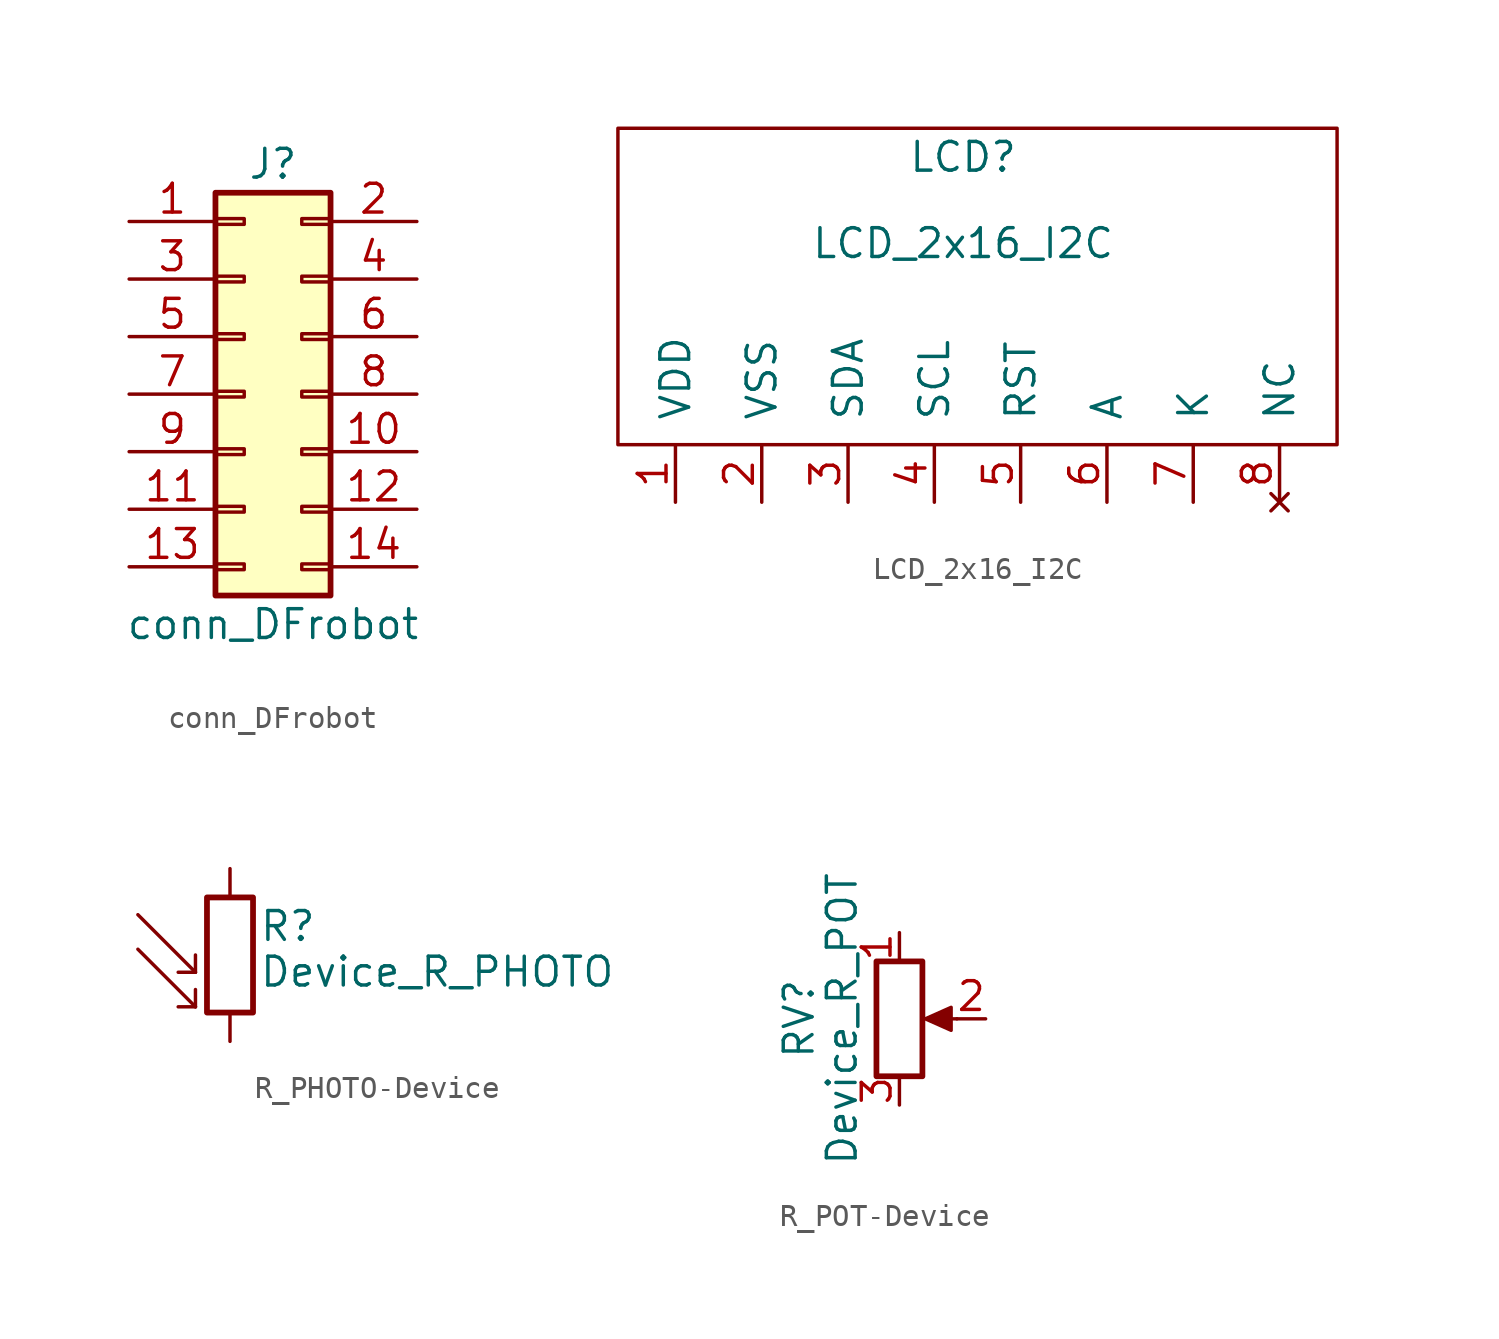
<source format=kicad_sym>
(kicad_symbol_lib
  (version 20220914)
  (generator kicad_symbol_editor)
  (symbol "conn_DFrobot"
    (pin_names
      (offset 1.016) hide)
    (property "Reference" "J"
      (at 1.27 10.16 0)
      (effects (font (size 1.27 1.27))))
    (property "Value" "conn_DFrobot"
      (at 1.27 -10.16 0)
      (effects (font (size 1.27 1.27))))
    (symbol "conn_DFrobot_1_1"
      (rectangle (start -1.27 -7.493) (end 0 -7.747) (stroke (width 0.152) (type default)) (fill (type none)))
      (rectangle (start -1.27 -4.953) (end 0 -5.207) (stroke (width 0.152) (type default)) (fill (type none)))
      (rectangle (start -1.27 -2.413) (end 0 -2.667) (stroke (width 0.152) (type default)) (fill (type none)))
      (rectangle (start -1.27 0.127) (end 0 -0.127) (stroke (width 0.152) (type default)) (fill (type none)))
      (rectangle (start -1.27 2.667) (end 0 2.413) (stroke (width 0.152) (type default)) (fill (type none)))
      (rectangle (start -1.27 5.207) (end 0 4.953) (stroke (width 0.152) (type default)) (fill (type none)))
      (rectangle (start -1.27 7.747) (end 0 7.493) (stroke (width 0.152) (type default)) (fill (type none)))
      (rectangle (start -1.27 8.89) (end 3.81 -8.89) (stroke (width 0.254) (type default)) (fill (type background)))
      (rectangle (start 3.81 -7.493) (end 2.54 -7.747) (stroke (width 0.152) (type default)) (fill (type none)))
      (rectangle (start 3.81 -4.953) (end 2.54 -5.207) (stroke (width 0.152) (type default)) (fill (type none)))
      (rectangle (start 3.81 -2.413) (end 2.54 -2.667) (stroke (width 0.152) (type default)) (fill (type none)))
      (rectangle (start 3.81 0.127) (end 2.54 -0.127) (stroke (width 0.152) (type default)) (fill (type none)))
      (rectangle (start 3.81 2.667) (end 2.54 2.413) (stroke (width 0.152) (type default)) (fill (type none)))
      (rectangle (start 3.81 5.207) (end 2.54 4.953) (stroke (width 0.152) (type default)) (fill (type none)))
      (rectangle (start 3.81 7.747) (end 2.54 7.493) (stroke (width 0.152) (type default)) (fill (type none)))
      (pin passive line (at -5.08 7.62 0) (length 3.81) (name "Pin_1" (effects (font (size 1.27 1.27)))) (number "1" (effects (font (size 1.27 1.27)))))
      (pin passive line (at 7.62 -2.54 180) (length 3.81) (name "Pin_10" (effects (font (size 1.27 1.27)))) (number "10" (effects (font (size 1.27 1.27)))))
      (pin passive line (at -5.08 -5.08 0) (length 3.81) (name "Pin_11" (effects (font (size 1.27 1.27)))) (number "11" (effects (font (size 1.27 1.27)))))
      (pin passive line (at 7.62 -5.08 180) (length 3.81) (name "Pin_12" (effects (font (size 1.27 1.27)))) (number "12" (effects (font (size 1.27 1.27)))))
      (pin passive line (at -5.08 -7.62 0) (length 3.81) (name "Pin_13" (effects (font (size 1.27 1.27)))) (number "13" (effects (font (size 1.27 1.27)))))
      (pin passive line (at 7.62 -7.62 180) (length 3.81) (name "Pin_14" (effects (font (size 1.27 1.27)))) (number "14" (effects (font (size 1.27 1.27)))))
      (pin passive line (at 7.62 7.62 180) (length 3.81) (name "Pin_2" (effects (font (size 1.27 1.27)))) (number "2" (effects (font (size 1.27 1.27)))))
      (pin passive line (at -5.08 5.08 0) (length 3.81) (name "Pin_3" (effects (font (size 1.27 1.27)))) (number "3" (effects (font (size 1.27 1.27)))))
      (pin passive line (at 7.62 5.08 180) (length 3.81) (name "Pin_4" (effects (font (size 1.27 1.27)))) (number "4" (effects (font (size 1.27 1.27)))))
      (pin passive line (at -5.08 2.54 0) (length 3.81) (name "Pin_5" (effects (font (size 1.27 1.27)))) (number "5" (effects (font (size 1.27 1.27)))))
      (pin passive line (at 7.62 2.54 180) (length 3.81) (name "Pin_6" (effects (font (size 1.27 1.27)))) (number "6" (effects (font (size 1.27 1.27)))))
      (pin passive line (at -5.08 0 0) (length 3.81) (name "Pin_7" (effects (font (size 1.27 1.27)))) (number "7" (effects (font (size 1.27 1.27)))))
      (pin passive line (at 7.62 0 180) (length 3.81) (name "Pin_8" (effects (font (size 1.27 1.27)))) (number "8" (effects (font (size 1.27 1.27)))))
      (pin passive line (at -5.08 -2.54 0) (length 3.81) (name "Pin_9" (effects (font (size 1.27 1.27)))) (number "9" (effects (font (size 1.27 1.27)))))))
  (symbol "LCD_2x16_I2C"
    (pin_names
      (offset 1.016))
    (property "Reference" "LCD"
      (at 2.54 -7.62 0)
      (effects (font (size 1.27 1.27))))
    (property "Value" "LCD_2x16_I2C"
      (at 2.54 -11.43 0)
      (effects (font (size 1.27 1.27))))
    (symbol "LCD_2x16_I2C_0_1"
      (rectangle (start -12.7 -6.35) (end 19.05 -20.32) (stroke (width 0) (type solid)) (fill (type none))))
    (symbol "LCD_2x16_I2C_1_1"
      (pin power_in line (at -10.16 -22.86 90) (length 2.54) (name "VDD" (effects (font (size 1.27 1.27)))) (number "1" (effects (font (size 1.27 1.27)))))
      (pin power_in line (at -6.35 -22.86 90) (length 2.54) (name "VSS" (effects (font (size 1.27 1.27)))) (number "2" (effects (font (size 1.27 1.27)))))
      (pin bidirectional line (at -2.54 -22.86 90) (length 2.54) (name "SDA" (effects (font (size 1.27 1.27)))) (number "3" (effects (font (size 1.27 1.27)))))
      (pin input line (at 1.27 -22.86 90) (length 2.54) (name "SCL" (effects (font (size 1.27 1.27)))) (number "4" (effects (font (size 1.27 1.27)))))
      (pin input line (at 5.08 -22.86 90) (length 2.54) (name "RST" (effects (font (size 1.27 1.27)))) (number "5" (effects (font (size 1.27 1.27)))))
      (pin power_in line (at 8.89 -22.86 90) (length 2.54) (name "A" (effects (font (size 1.27 1.27)))) (number "6" (effects (font (size 1.27 1.27)))))
      (pin power_in line (at 12.7 -22.86 90) (length 2.54) (name "K" (effects (font (size 1.27 1.27)))) (number "7" (effects (font (size 1.27 1.27)))))
      (pin no_connect line (at 16.51 -22.86 90) (length 2.54) (name "NC" (effects (font (size 1.27 1.27)))) (number "8" (effects (font (size 1.27 1.27)))))))
  (symbol "R_PHOTO-Device"
    (pin_numbers hide)
    (pin_names
      (offset 0))
    (property "Reference" "R"
      (at 1.27 1.27 0)
      (effects (font (size 1.27 1.27)) (justify left)))
    (property "Value" "Device_R_PHOTO"
      (at 1.27 0 0)
      (effects (font (size 1.27 1.27)) (justify left top)))
    (symbol "R_PHOTO-Device_0_1"
      (rectangle (start -1.016 2.54) (end 1.016 -2.54) (stroke (width 0.254) (type solid)) (fill (type none)))
      (polyline (pts (xy -1.524 -2.286) (xy -4.064 0.254)) (stroke (width 0) (type solid)) (fill (type none)))
      (polyline (pts (xy -1.524 -2.286) (xy -2.286 -2.286)) (stroke (width 0) (type solid)) (fill (type none)))
      (polyline (pts (xy -1.524 -2.286) (xy -1.524 -1.524)) (stroke (width 0) (type solid)) (fill (type none)))
      (polyline (pts (xy -1.524 -0.762) (xy -4.064 1.778)) (stroke (width 0) (type solid)) (fill (type none)))
      (polyline (pts (xy -1.524 -0.762) (xy -2.286 -0.762)) (stroke (width 0) (type solid)) (fill (type none)))
      (polyline (pts (xy -1.524 -0.762) (xy -1.524 0)) (stroke (width 0) (type solid)) (fill (type none))))
    (symbol "R_PHOTO-Device_1_1"
      (pin passive line (at 0 3.81 270) (length 1.27) (name "~" (effects (font (size 1.27 1.27)))) (number "1" (effects (font (size 1.27 1.27)))))
      (pin passive line (at 0 -3.81 90) (length 1.27) (name "~" (effects (font (size 1.27 1.27)))) (number "2" (effects (font (size 1.27 1.27)))))))
  (symbol "R_POT-Device"
    (pin_names
      (offset 1.016) hide)
    (property "Reference" "RV"
      (at -4.445 0 90)
      (effects (font (size 1.27 1.27))))
    (property "Value" "Device_R_POT"
      (at -2.54 0 90)
      (effects (font (size 1.27 1.27))))
    (symbol "R_POT-Device_0_1"
      (polyline (pts (xy 2.54 0) (xy 1.524 0)) (stroke (width 0) (type solid)) (fill (type none)))
      (polyline (pts (xy 1.143 0) (xy 2.286 0.508) (xy 2.286 -0.508) (xy 1.143 0)) (stroke (width 0) (type solid)) (fill (type outline)))
      (rectangle (start 1.016 2.54) (end -1.016 -2.54) (stroke (width 0.254) (type solid)) (fill (type none))))
    (symbol "R_POT-Device_1_1"
      (pin passive line (at 0 3.81 270) (length 1.27) (name "1" (effects (font (size 1.27 1.27)))) (number "1" (effects (font (size 1.27 1.27)))))
      (pin passive line (at 3.81 0 180) (length 1.27) (name "2" (effects (font (size 1.27 1.27)))) (number "2" (effects (font (size 1.27 1.27)))))
      (pin passive line (at 0 -3.81 90) (length 1.27) (name "3" (effects (font (size 1.27 1.27)))) (number "3" (effects (font (size 1.27 1.27))))))))
</source>
